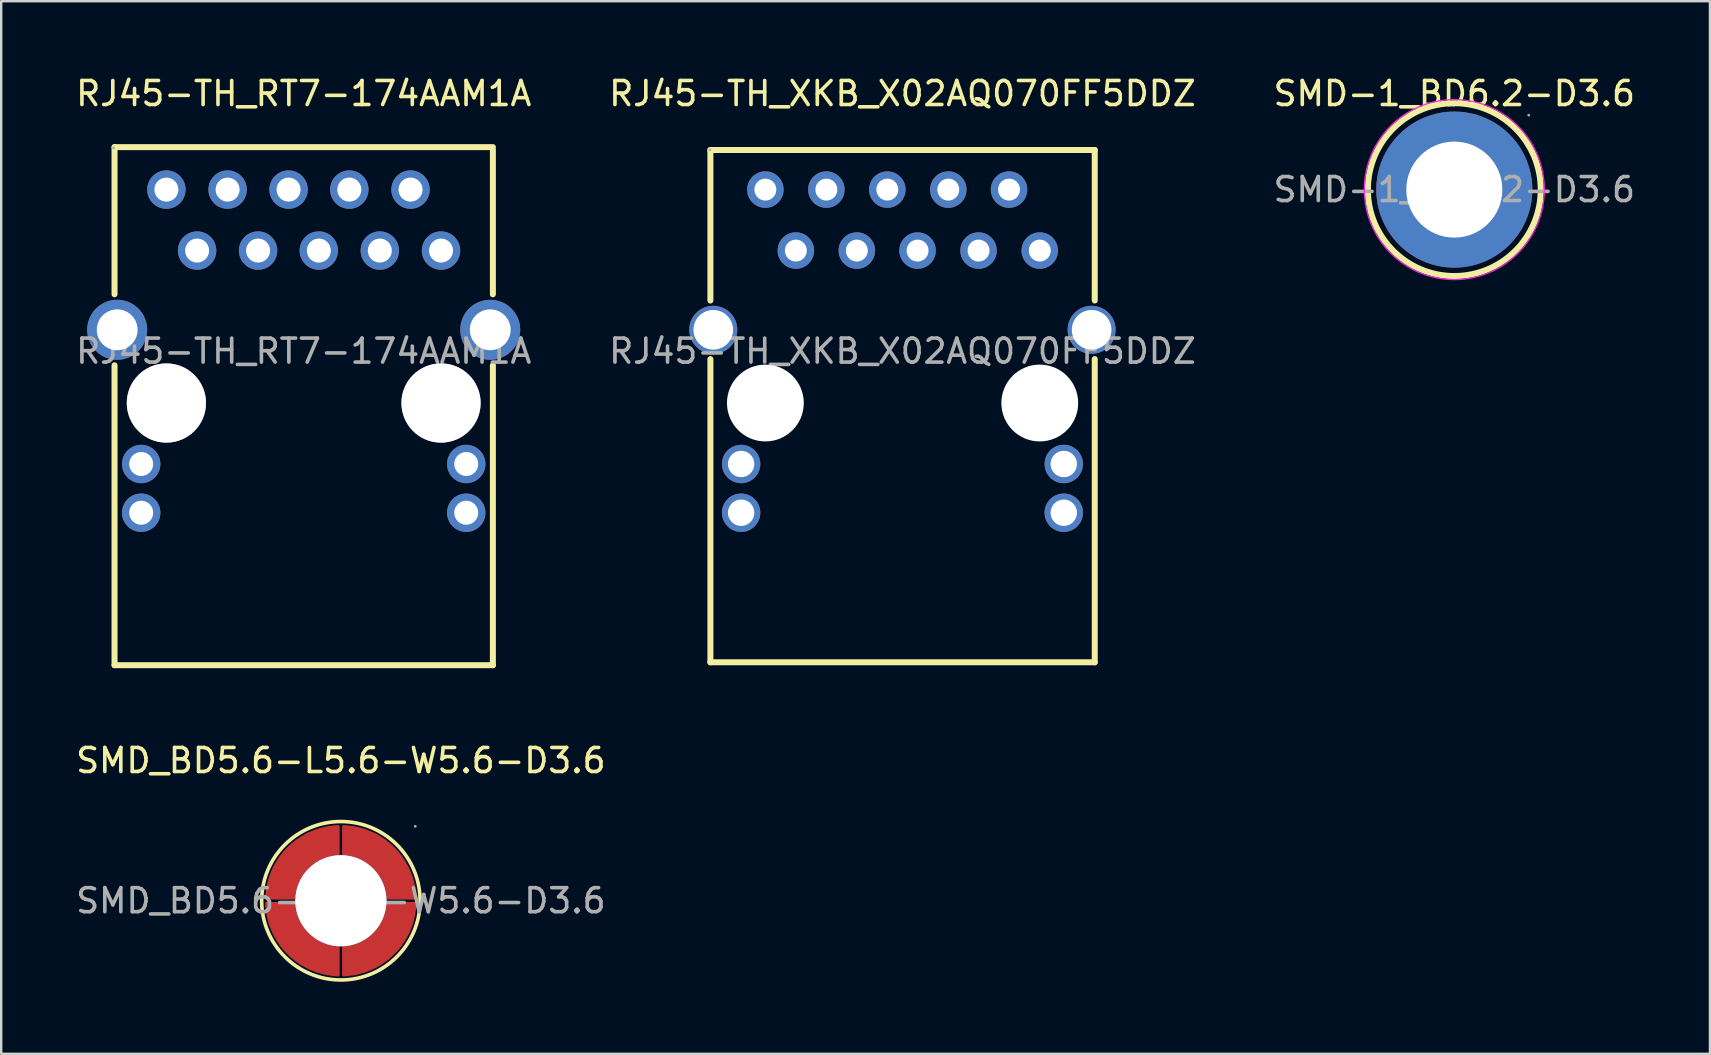
<source format=kicad_pcb>
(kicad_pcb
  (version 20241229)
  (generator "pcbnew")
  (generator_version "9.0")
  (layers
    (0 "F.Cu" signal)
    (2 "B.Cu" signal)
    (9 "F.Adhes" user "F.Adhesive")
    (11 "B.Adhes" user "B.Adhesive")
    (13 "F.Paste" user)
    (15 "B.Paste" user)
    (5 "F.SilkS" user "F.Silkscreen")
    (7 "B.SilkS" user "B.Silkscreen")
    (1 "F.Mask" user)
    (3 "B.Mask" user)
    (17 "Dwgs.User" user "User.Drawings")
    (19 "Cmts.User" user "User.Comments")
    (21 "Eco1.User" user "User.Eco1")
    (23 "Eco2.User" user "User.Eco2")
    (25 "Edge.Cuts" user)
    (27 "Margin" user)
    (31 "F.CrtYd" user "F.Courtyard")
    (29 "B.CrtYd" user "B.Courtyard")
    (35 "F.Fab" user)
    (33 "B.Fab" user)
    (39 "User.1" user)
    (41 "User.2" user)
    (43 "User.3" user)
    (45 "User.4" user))
  (footprint "RJ45-TH_RT7-174AAM1A"
    (layer "F.Cu")
    (at 9.601 11.578)
    (property "Reference" "RJ45-TH_RT7-174AAM1A" (at 0 -10.73 0) (layer "F.SilkS") (effects (font (size 1 1) (thickness 0.15))))
    (attr through_hole)
    (fp_line (start -7.88 -8.5) (end -7.88 -2.37) (stroke (width 0.25) (type solid)) (layer "F.SilkS"))
    (fp_line (start -7.88 0.59) (end -7.88 13.08) (stroke (width 0.25) (type solid)) (layer "F.SilkS"))
    (fp_line (start -7.88 13.08) (end 7.88 13.08) (stroke (width 0.25) (type solid)) (layer "F.SilkS"))
    (fp_line (start 7.88 -8.5) (end -7.88 -8.5) (stroke (width 0.25) (type solid)) (layer "F.SilkS"))
    (fp_line (start 7.88 -2.37) (end 7.88 -8.38) (stroke (width 0.25) (type solid)) (layer "F.SilkS"))
    (fp_line (start 7.88 13.08) (end 7.88 0.59) (stroke (width 0.25) (type solid)) (layer "F.SilkS"))
    (fp_circle (center -5.72 2.16) (end -4.97 2.16) (stroke (width 1.5) (type solid)) (fill no) (layer "Cmts.User"))
    (fp_circle (center 5.71 2.16) (end 6.46 2.16) (stroke (width 1.5) (type solid)) (fill no) (layer "Cmts.User"))
    (fp_circle (center -7.92 -8.47) (end -7.89 -8.47) (stroke (width 0.06) (type solid)) (fill no) (layer "F.Fab"))
    (fp_text user "${REFERENCE}" (at 0 0 0) (layer "F.Fab") (effects (font (size 1 1) (thickness 0.15))))
    (pad "" thru_hole circle (at -5.72 2.16) (size 3.3 3.3) (drill 3.3) (layers "*.Cu" "*.Mask"))
    (pad "" thru_hole circle (at 5.72 2.16) (size 3.3 3.3) (drill 3.3) (layers "*.Cu" "*.Mask"))
    (pad "1" thru_hole circle (at -7.77 -0.89) (size 2.5 2.5) (drill 1.7) (layers "*.Cu" "*.Mask"))
    (pad "2" thru_hole circle (at 7.77 -0.89) (size 2.5 2.5) (drill 1.7) (layers "*.Cu" "*.Mask"))
    (pad "L1" thru_hole circle (at 6.77 6.73) (size 1.6 1.6) (drill 1) (layers "*.Cu" "*.Mask"))
    (pad "L2" thru_hole circle (at 6.77 4.7) (size 1.6 1.6) (drill 1) (layers "*.Cu" "*.Mask"))
    (pad "L3" thru_hole circle (at -6.77 6.73) (size 1.6 1.6) (drill 1) (layers "*.Cu" "*.Mask"))
    (pad "L4" thru_hole circle (at -6.77 4.7) (size 1.6 1.6) (drill 1) (layers "*.Cu" "*.Mask"))
    (pad "R1" thru_hole circle (at 5.72 -4.19) (size 1.6 1.6) (drill 1) (layers "*.Cu" "*.Mask"))
    (pad "R2" thru_hole circle (at 4.45 -6.73) (size 1.6 1.6) (drill 1) (layers "*.Cu" "*.Mask"))
    (pad "R3" thru_hole circle (at 3.17 -4.19) (size 1.6 1.6) (drill 1) (layers "*.Cu" "*.Mask"))
    (pad "R4" thru_hole circle (at 1.9 -6.73) (size 1.6 1.6) (drill 1) (layers "*.Cu" "*.Mask"))
    (pad "R5" thru_hole circle (at 0.63 -4.19) (size 1.6 1.6) (drill 1) (layers "*.Cu" "*.Mask"))
    (pad "R6" thru_hole circle (at -0.63 -6.73) (size 1.6 1.6) (drill 1) (layers "*.Cu" "*.Mask"))
    (pad "R7" thru_hole circle (at -1.9 -4.19) (size 1.6 1.6) (drill 1) (layers "*.Cu" "*.Mask"))
    (pad "R8" thru_hole circle (at -3.17 -6.73) (size 1.6 1.6) (drill 1) (layers "*.Cu" "*.Mask"))
    (pad "R9" thru_hole circle (at -4.44 -4.19) (size 1.6 1.6) (drill 1) (layers "*.Cu" "*.Mask"))
    (pad "R10" thru_hole circle (at -5.72 -6.73) (size 1.6 1.6) (drill 1) (layers "*.Cu" "*.Mask")))
  (footprint "RJ45-TH_XKB_X02AQ070FF5DDZ"
    (layer "F.Cu")
    (at 34.542 11.578)
    (property "Reference" "RJ45-TH_XKB_X02AQ070FF5DDZ" (at 0 -10.73 0) (layer "F.SilkS") (effects (font (size 1 1) (thickness 0.15))))
    (attr through_hole)
    (fp_line (start -8 -2.11) (end -8 -8.38) (stroke (width 0.25) (type solid)) (layer "F.SilkS"))
    (fp_line (start -8 12.96) (end -8 0.33) (stroke (width 0.25) (type solid)) (layer "F.SilkS"))
    (fp_line (start 8.01 -8.38) (end -8 -8.38) (stroke (width 0.25) (type solid)) (layer "F.SilkS"))
    (fp_line (start 8.01 -2.11) (end 8.01 -8.38) (stroke (width 0.25) (type solid)) (layer "F.SilkS"))
    (fp_line (start 8.01 12.96) (end -8 12.96) (stroke (width 0.25) (type solid)) (layer "F.SilkS"))
    (fp_line (start 8.01 12.96) (end 8.01 0.33) (stroke (width 0.25) (type solid)) (layer "F.SilkS"))
    (fp_circle (center -5.71 2.16) (end -4.96 2.16) (stroke (width 1.5) (type solid)) (fill no) (layer "Cmts.User"))
    (fp_circle (center 5.72 2.16) (end 6.47 2.16) (stroke (width 1.5) (type solid)) (fill no) (layer "Cmts.User"))
    (fp_circle (center -8.02 -8.39) (end -7.99 -8.39) (stroke (width 0.06) (type solid)) (fill no) (layer "F.Fab"))
    (fp_text user "${REFERENCE}" (at 0 0 0) (layer "F.Fab") (effects (font (size 1 1) (thickness 0.15))))
    (pad "" np_thru_hole circle (at -5.71 2.16) (size 3.2 3.2) (drill 3.2) (layers "*.Cu" "*.Mask"))
    (pad "" np_thru_hole circle (at 5.72 2.16) (size 3.2 3.2) (drill 3.2) (layers "*.Cu" "*.Mask"))
    (pad "1" thru_hole circle (at -5.71 -6.73) (size 1.52 1.52) (drill 0.914) (layers "*.Cu" "*.Mask"))
    (pad "2" thru_hole circle (at -4.44 -4.19) (size 1.52 1.52) (drill 0.914) (layers "*.Cu" "*.Mask"))
    (pad "3" thru_hole circle (at -3.17 -6.73) (size 1.52 1.52) (drill 0.914) (layers "*.Cu" "*.Mask"))
    (pad "4" thru_hole circle (at -1.9 -4.19) (size 1.52 1.52) (drill 0.914) (layers "*.Cu" "*.Mask"))
    (pad "5" thru_hole circle (at -0.63 -6.73) (size 1.52 1.52) (drill 0.914) (layers "*.Cu" "*.Mask"))
    (pad "6" thru_hole circle (at 0.63 -4.19) (size 1.52 1.52) (drill 0.914) (layers "*.Cu" "*.Mask"))
    (pad "7" thru_hole circle (at 1.91 -6.73) (size 1.52 1.52) (drill 0.914) (layers "*.Cu" "*.Mask"))
    (pad "8" thru_hole circle (at 3.17 -4.19) (size 1.52 1.52) (drill 0.914) (layers "*.Cu" "*.Mask"))
    (pad "9" thru_hole circle (at 4.44 -6.73) (size 1.52 1.52) (drill 0.914) (layers "*.Cu" "*.Mask"))
    (pad "10" thru_hole circle (at 5.72 -4.19) (size 1.52 1.52) (drill 0.914) (layers "*.Cu" "*.Mask"))
    (pad "11" thru_hole circle (at 6.72 6.73) (size 1.6 1.6) (drill 1.1) (layers "*.Cu" "*.Mask"))
    (pad "12" thru_hole circle (at 6.72 4.7) (size 1.6 1.6) (drill 1.1) (layers "*.Cu" "*.Mask"))
    (pad "13" thru_hole circle (at -6.72 6.73) (size 1.6 1.6) (drill 1.1) (layers "*.Cu" "*.Mask"))
    (pad "14" thru_hole circle (at -6.72 4.7) (size 1.6 1.6) (drill 1.1) (layers "*.Cu" "*.Mask"))
    (pad "15" thru_hole circle (at -7.88 -0.89) (size 2 2) (drill 1.65) (layers "*.Cu" "*.Mask"))
    (pad "16" thru_hole circle (at 7.88 -0.89) (size 2 2) (drill 1.65) (layers "*.Cu" "*.Mask")))
  (footprint "SMD-1_BD6.2-D3.6"
    (layer "F.Cu")
    (at 57.53 4.848)
    (property "Reference" "SMD-1_BD6.2-D3.6" (at 0 -4 0) (layer "F.SilkS") (effects (font (size 1 1) (thickness 0.15))))
    (attr through_hole)
    (fp_circle (center 0 0) (end 3.6 0) (stroke (width 0.25) (type solid)) (fill no) (layer "F.SilkS"))
    (fp_circle (center 0 0) (end 3.75 0) (stroke (width 0.05) (type default)) (fill no) (layer "F.CrtYd"))
    (fp_circle (center 0 0) (end 0.9 0) (stroke (width 1.8) (type solid)) (fill no) (layer "F.Fab"))
    (fp_circle (center 3.1 -3.1) (end 3.13 -3.1) (stroke (width 0.06) (type solid)) (fill no) (layer "F.Fab"))
    (fp_text user "${REFERENCE}" (at 0 0 0) (layer "F.Fab") (effects (font (size 1 1) (thickness 0.15))))
    (pad "1" thru_hole circle (at 0 0) (size 6.5 6.5) (drill 4) (layers "*.Cu" "*.Mask")))
  (footprint "SMD_BD5.6-L5.6-W5.6-D3.6"
    (layer "F.Cu")
    (at 11.149 34.471)
    (property "Reference" "SMD_BD5.6-L5.6-W5.6-D3.6" (at 0 -5.84 0) (layer "F.SilkS") (effects (font (size 1 1) (thickness 0.15))))
    (attr smd)
    (fp_circle (center 0 0) (end 3.3 0) (stroke (width 0.15) (type solid)) (fill no) (layer "F.SilkS"))
    (fp_circle (center 0 0) (end 0.9 0) (stroke (width 1.8) (type solid)) (fill no) (layer "Cmts.User"))
    (fp_circle (center 3.1 -3.1) (end 3.13 -3.1) (stroke (width 0.06) (type solid)) (fill no) (layer "F.Fab"))
    (fp_text user "${REFERENCE}" (at 0 0 0) (layer "F.Fab") (effects (font (size 1 1) (thickness 0.15))))
    (pad "" thru_hole circle (at 0 0) (size 3.8 3.8) (drill 3.8) (layers "*.Cu" "*.Mask"))
    (pad "1" smd custom (at -1.84 -1.6) (size 0.01 0.01) (layers "F.Cu" "F.Mask" "F.Paste") (options (anchor circle)) (primitives (gr_poly (pts (xy 1.74 -1.5) (xy 1.74 -0.3) (xy 1.68 -0.3) (xy 1.61 -0.29) (xy 1.55 -0.28) (xy 1.49 -0.27) (xy 1.43 -0.26) (xy 1.36 -0.24) (xy 1.3 -0.23) (xy 1.24 -0.21) (xy 1.18 -0.19) (xy 1.12 -0.16) (xy 1.07 -0.14) (xy 1.01 -0.11) (xy 0.95 -0.08) (xy 0.9 -0.05) (xy 0.84 -0.02) (xy 0.79 0.01) (xy 0.74 0.05) (xy 0.68 0.09) (xy 0.63 0.13) (xy 0.59 0.17) (xy 0.54 0.21) (xy 0.49 0.25) (xy 0.45 0.3) (xy 0.41 0.35) (xy 0.37 0.39) (xy 0.33 0.44) (xy 0.29 0.5) (xy 0.25 0.55) (xy 0.22 0.6) (xy 0.19 0.66) (xy 0.16 0.71) (xy 0.13 0.77) (xy 0.1 0.83) (xy 0.08 0.88) (xy 0.05 0.94) (xy 0.03 1) (xy 0.01 1.06) (xy 0 1.12) (xy -0.02 1.19) (xy -0.03 1.25) (xy -0.04 1.31) (xy -0.05 1.37) (xy -0.06 1.44) (xy -0.06 1.5) (xy -1.26 1.5) (xy -1.26 1.42) (xy -1.25 1.34) (xy -1.24 1.26) (xy -1.23 1.18) (xy -1.22 1.1) (xy -1.21 1.02) (xy -1.19 0.94) (xy -1.17 0.86) (xy -1.15 0.78) (xy -1.13 0.71) (xy -1.11 0.63) (xy -1.08 0.55) (xy -1.05 0.48) (xy -1.02 0.4) (xy -0.99 0.33) (xy -0.96 0.26) (xy -0.92 0.18) (xy -0.88 0.11) (xy -0.84 0.04) (xy -0.8 -0.03) (xy -0.76 -0.09) (xy -0.71 -0.16) (xy -0.67 -0.23) (xy -0.62 -0.29) (xy -0.57 -0.35) (xy -0.52 -0.42) (xy -0.46 -0.48) (xy -0.41 -0.54) (xy -0.35 -0.59) (xy -0.3 -0.65) (xy -0.24 -0.7) (xy -0.18 -0.76) (xy -0.11 -0.81) (xy -0.05 -0.86) (xy 0.01 -0.91) (xy 0.08 -0.95) (xy 0.15 -1) (xy 0.21 -1.04) (xy 0.28 -1.08) (xy 0.35 -1.12) (xy 0.42 -1.16) (xy 0.5 -1.2) (xy 0.57 -1.23) (xy 0.64 -1.26) (xy 0.72 -1.29) (xy 0.79 -1.32) (xy 0.87 -1.35) (xy 0.95 -1.37) (xy 1.02 -1.39) (xy 1.1 -1.41) (xy 1.18 -1.43) (xy 1.26 -1.45) (xy 1.34 -1.46) (xy 1.42 -1.47) (xy 1.5 -1.48) (xy 1.58 -1.49) (xy 1.66 -1.5) (xy 1.74 -1.5)) (width 0.1) (fill yes))))
    (pad "1" smd custom (at -1.6 1.84) (size 0.01 0.01) (layers "F.Cu" "F.Mask" "F.Paste") (options (anchor circle)) (primitives (gr_poly (pts (xy -1.5 -1.74) (xy -0.3 -1.74) (xy -0.3 -1.68) (xy -0.29 -1.61) (xy -0.28 -1.55) (xy -0.27 -1.49) (xy -0.26 -1.43) (xy -0.24 -1.36) (xy -0.23 -1.3) (xy -0.21 -1.24) (xy -0.19 -1.18) (xy -0.16 -1.12) (xy -0.14 -1.07) (xy -0.11 -1.01) (xy -0.08 -0.95) (xy -0.05 -0.9) (xy -0.02 -0.84) (xy 0.01 -0.79) (xy 0.05 -0.74) (xy 0.09 -0.68) (xy 0.13 -0.63) (xy 0.17 -0.59) (xy 0.21 -0.54) (xy 0.25 -0.49) (xy 0.3 -0.45) (xy 0.35 -0.41) (xy 0.39 -0.37) (xy 0.44 -0.33) (xy 0.5 -0.29) (xy 0.55 -0.25) (xy 0.6 -0.22) (xy 0.66 -0.19) (xy 0.71 -0.16) (xy 0.77 -0.13) (xy 0.83 -0.1) (xy 0.88 -0.08) (xy 0.94 -0.05) (xy 1 -0.03) (xy 1.06 -0.01) (xy 1.12 0) (xy 1.19 0.02) (xy 1.25 0.03) (xy 1.31 0.04) (xy 1.37 0.05) (xy 1.44 0.06) (xy 1.5 0.06) (xy 1.5 1.26) (xy 1.42 1.26) (xy 1.34 1.25) (xy 1.26 1.24) (xy 1.18 1.23) (xy 1.1 1.22) (xy 1.02 1.21) (xy 0.94 1.19) (xy 0.86 1.17) (xy 0.78 1.15) (xy 0.71 1.13) (xy 0.63 1.11) (xy 0.55 1.08) (xy 0.48 1.05) (xy 0.4 1.02) (xy 0.33 0.99) (xy 0.26 0.96) (xy 0.18 0.92) (xy 0.11 0.88) (xy 0.04 0.84) (xy -0.03 0.8) (xy -0.09 0.76) (xy -0.16 0.71) (xy -0.23 0.67) (xy -0.29 0.62) (xy -0.35 0.57) (xy -0.42 0.52) (xy -0.48 0.46) (xy -0.54 0.41) (xy -0.59 0.35) (xy -0.65 0.3) (xy -0.7 0.24) (xy -0.76 0.18) (xy -0.81 0.11) (xy -0.86 0.05) (xy -0.91 -0.01) (xy -0.95 -0.08) (xy -1 -0.15) (xy -1.04 -0.21) (xy -1.08 -0.28) (xy -1.12 -0.35) (xy -1.16 -0.42) (xy -1.2 -0.5) (xy -1.23 -0.57) (xy -1.26 -0.64) (xy -1.29 -0.72) (xy -1.32 -0.79) (xy -1.35 -0.87) (xy -1.37 -0.95) (xy -1.39 -1.02) (xy -1.41 -1.1) (xy -1.43 -1.18) (xy -1.45 -1.26) (xy -1.46 -1.34) (xy -1.47 -1.42) (xy -1.48 -1.5) (xy -1.49 -1.58) (xy -1.5 -1.66) (xy -1.5 -1.74)) (width 0.1) (fill yes))))
    (pad "1" smd custom (at 1.6 -1.84) (size 0.01 0.01) (layers "F.Cu" "F.Mask" "F.Paste") (options (anchor circle)) (primitives (gr_poly (pts (xy 1.5 1.74) (xy 0.3 1.74) (xy 0.3 1.68) (xy 0.29 1.61) (xy 0.28 1.55) (xy 0.27 1.49) (xy 0.26 1.43) (xy 0.24 1.36) (xy 0.23 1.3) (xy 0.21 1.24) (xy 0.19 1.18) (xy 0.16 1.12) (xy 0.14 1.07) (xy 0.11 1.01) (xy 0.08 0.95) (xy 0.05 0.9) (xy 0.02 0.84) (xy -0.01 0.79) (xy -0.05 0.74) (xy -0.09 0.68) (xy -0.13 0.63) (xy -0.17 0.59) (xy -0.21 0.54) (xy -0.25 0.49) (xy -0.3 0.45) (xy -0.35 0.41) (xy -0.39 0.37) (xy -0.44 0.33) (xy -0.5 0.29) (xy -0.55 0.25) (xy -0.6 0.22) (xy -0.66 0.19) (xy -0.71 0.16) (xy -0.77 0.13) (xy -0.83 0.1) (xy -0.88 0.08) (xy -0.94 0.05) (xy -1 0.03) (xy -1.06 0.01) (xy -1.12 0) (xy -1.19 -0.02) (xy -1.25 -0.03) (xy -1.31 -0.04) (xy -1.37 -0.05) (xy -1.44 -0.06) (xy -1.5 -0.06) (xy -1.5 -1.26) (xy -1.42 -1.26) (xy -1.34 -1.25) (xy -1.26 -1.24) (xy -1.18 -1.23) (xy -1.1 -1.22) (xy -1.02 -1.21) (xy -0.94 -1.19) (xy -0.86 -1.17) (xy -0.78 -1.15) (xy -0.71 -1.13) (xy -0.63 -1.11) (xy -0.55 -1.08) (xy -0.48 -1.05) (xy -0.4 -1.02) (xy -0.33 -0.99) (xy -0.26 -0.96) (xy -0.18 -0.92) (xy -0.11 -0.88) (xy -0.04 -0.84) (xy 0.03 -0.8) (xy 0.09 -0.76) (xy 0.16 -0.71) (xy 0.23 -0.67) (xy 0.29 -0.62) (xy 0.35 -0.57) (xy 0.42 -0.52) (xy 0.48 -0.46) (xy 0.54 -0.41) (xy 0.59 -0.35) (xy 0.65 -0.3) (xy 0.7 -0.24) (xy 0.76 -0.18) (xy 0.81 -0.11) (xy 0.86 -0.05) (xy 0.91 0.01) (xy 0.95 0.08) (xy 1 0.15) (xy 1.04 0.21) (xy 1.08 0.28) (xy 1.12 0.35) (xy 1.16 0.42) (xy 1.2 0.5) (xy 1.23 0.57) (xy 1.26 0.64) (xy 1.29 0.72) (xy 1.32 0.79) (xy 1.35 0.87) (xy 1.37 0.95) (xy 1.39 1.02) (xy 1.41 1.1) (xy 1.43 1.18) (xy 1.45 1.26) (xy 1.46 1.34) (xy 1.47 1.42) (xy 1.48 1.5) (xy 1.49 1.58) (xy 1.5 1.66) (xy 1.5 1.74)) (width 0.1) (fill yes))))
    (pad "1" smd custom (at 1.84 1.6) (size 0.01 0.01) (layers "F.Cu" "F.Mask" "F.Paste") (options (anchor circle)) (primitives (gr_poly (pts (xy -1.74 1.5) (xy -1.74 0.3) (xy -1.68 0.3) (xy -1.61 0.29) (xy -1.55 0.28) (xy -1.49 0.27) (xy -1.43 0.26) (xy -1.36 0.24) (xy -1.3 0.23) (xy -1.24 0.21) (xy -1.18 0.19) (xy -1.12 0.16) (xy -1.07 0.14) (xy -1.01 0.11) (xy -0.95 0.08) (xy -0.9 0.05) (xy -0.84 0.02) (xy -0.79 -0.01) (xy -0.74 -0.05) (xy -0.68 -0.09) (xy -0.63 -0.13) (xy -0.59 -0.17) (xy -0.54 -0.21) (xy -0.49 -0.25) (xy -0.45 -0.3) (xy -0.41 -0.35) (xy -0.37 -0.39) (xy -0.33 -0.44) (xy -0.29 -0.5) (xy -0.25 -0.55) (xy -0.22 -0.6) (xy -0.19 -0.66) (xy -0.16 -0.71) (xy -0.13 -0.77) (xy -0.1 -0.83) (xy -0.08 -0.88) (xy -0.05 -0.94) (xy -0.03 -1) (xy -0.01 -1.06) (xy 0 -1.12) (xy 0.02 -1.19) (xy 0.03 -1.25) (xy 0.04 -1.31) (xy 0.05 -1.37) (xy 0.06 -1.44) (xy 0.06 -1.5) (xy 1.26 -1.5) (xy 1.26 -1.42) (xy 1.25 -1.34) (xy 1.24 -1.26) (xy 1.23 -1.18) (xy 1.22 -1.1) (xy 1.21 -1.02) (xy 1.19 -0.94) (xy 1.17 -0.86) (xy 1.15 -0.78) (xy 1.13 -0.71) (xy 1.11 -0.63) (xy 1.08 -0.55) (xy 1.05 -0.48) (xy 1.02 -0.4) (xy 0.99 -0.33) (xy 0.96 -0.26) (xy 0.92 -0.18) (xy 0.88 -0.11) (xy 0.84 -0.04) (xy 0.8 0.03) (xy 0.76 0.09) (xy 0.71 0.16) (xy 0.67 0.23) (xy 0.62 0.29) (xy 0.57 0.35) (xy 0.52 0.42) (xy 0.46 0.48) (xy 0.41 0.54) (xy 0.35 0.59) (xy 0.3 0.65) (xy 0.24 0.7) (xy 0.18 0.76) (xy 0.11 0.81) (xy 0.05 0.86) (xy -0.01 0.91) (xy -0.08 0.95) (xy -0.15 1) (xy -0.21 1.04) (xy -0.28 1.08) (xy -0.35 1.12) (xy -0.42 1.16) (xy -0.5 1.2) (xy -0.57 1.23) (xy -0.64 1.26) (xy -0.72 1.29) (xy -0.79 1.32) (xy -0.87 1.35) (xy -0.95 1.37) (xy -1.02 1.39) (xy -1.1 1.41) (xy -1.18 1.43) (xy -1.26 1.45) (xy -1.34 1.46) (xy -1.42 1.47) (xy -1.5 1.48) (xy -1.58 1.49) (xy -1.66 1.5) (xy -1.74 1.5)) (width 0.1) (fill yes)))))
  (gr_rect
    (start -3 -3)
    (end 68.179 40.846)
    (stroke (width 0.1) (type default))
    (fill no)
    (layer "Edge.Cuts")))
</source>
